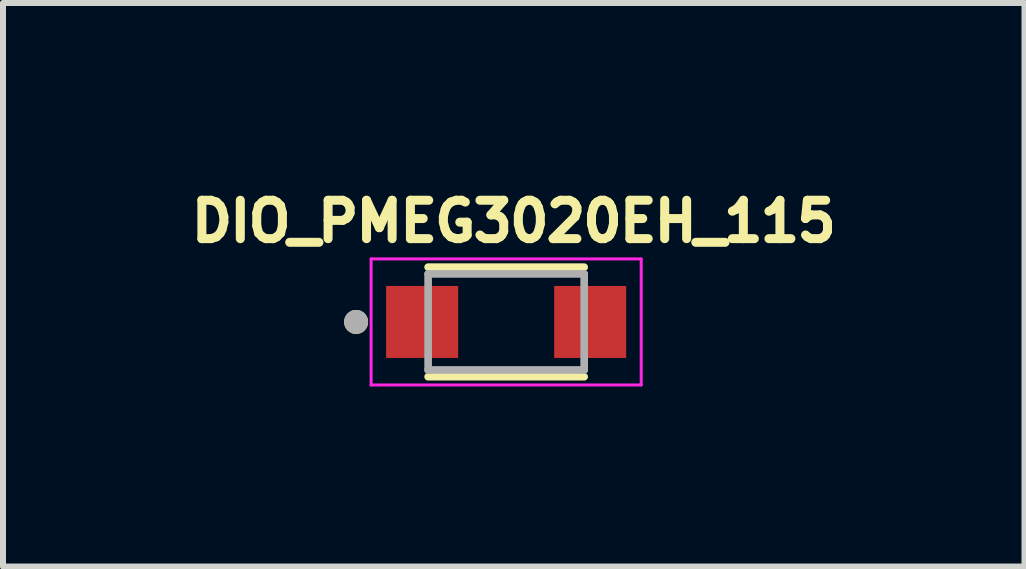
<source format=kicad_pcb>
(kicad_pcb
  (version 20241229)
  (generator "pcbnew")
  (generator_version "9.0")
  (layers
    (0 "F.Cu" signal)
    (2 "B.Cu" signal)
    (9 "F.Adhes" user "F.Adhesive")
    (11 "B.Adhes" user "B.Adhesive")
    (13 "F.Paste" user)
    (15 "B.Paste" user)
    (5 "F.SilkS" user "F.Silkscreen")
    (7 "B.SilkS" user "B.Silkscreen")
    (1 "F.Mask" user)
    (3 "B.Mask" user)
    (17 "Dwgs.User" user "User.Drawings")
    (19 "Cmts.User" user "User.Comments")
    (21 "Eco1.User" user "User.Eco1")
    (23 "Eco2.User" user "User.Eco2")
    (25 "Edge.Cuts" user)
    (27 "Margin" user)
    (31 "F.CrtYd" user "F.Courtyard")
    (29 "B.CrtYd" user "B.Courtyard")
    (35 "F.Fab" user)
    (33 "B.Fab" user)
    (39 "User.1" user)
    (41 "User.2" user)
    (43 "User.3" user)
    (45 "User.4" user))
  (footprint "DIO_PMEG3020EH_115"
    (layer "F.Cu")
    (at 5.383 2.314)
    (property "Reference" "DIO_PMEG3020EH_115" (at 0.127 -1.676 0) (layer "F.SilkS") (effects (font (size 0.64 0.64) (thickness 0.15))))
    (attr smd)
    (fp_poly (pts (xy -2 -0.6) (xy -0.8 -0.6) (xy -0.8 0.6) (xy -2 0.6)) (stroke (width 0.01) (type solid)) (fill yes) (layer "F.Mask"))
    (fp_poly (pts (xy 0.8 -0.6) (xy 2 -0.6) (xy 2 0.6) (xy 0.8 0.6)) (stroke (width 0.01) (type solid)) (fill yes) (layer "F.Mask"))
    (fp_line (start -1.3 -0.913) (end 1.3 -0.913) (stroke (width 0.127) (type solid)) (layer "F.SilkS"))
    (fp_line (start 1.3 0.913) (end -1.3 0.913) (stroke (width 0.127) (type solid)) (layer "F.SilkS"))
    (fp_circle (center -2.5 0) (end -2.4 0) (stroke (width 0.2) (type solid)) (fill no) (layer "F.SilkS"))
    (fp_poly (pts (xy -1.95 -0.55) (xy -0.85 -0.55) (xy -0.85 0.55) (xy -1.95 0.55)) (stroke (width 0.01) (type solid)) (fill yes) (layer "F.Paste"))
    (fp_poly (pts (xy 0.85 -0.55) (xy 1.95 -0.55) (xy 1.95 0.55) (xy 0.85 0.55)) (stroke (width 0.01) (type solid)) (fill yes) (layer "F.Paste"))
    (fp_line (start -2.25 -1.05) (end 2.25 -1.05) (stroke (width 0.05) (type solid)) (layer "F.CrtYd"))
    (fp_line (start -2.25 1.05) (end -2.25 -1.05) (stroke (width 0.05) (type solid)) (layer "F.CrtYd"))
    (fp_line (start 2.25 -1.05) (end 2.25 1.05) (stroke (width 0.05) (type solid)) (layer "F.CrtYd"))
    (fp_line (start 2.25 1.05) (end -2.25 1.05) (stroke (width 0.05) (type solid)) (layer "F.CrtYd"))
    (fp_line (start -1.3 -0.8) (end 1.3 -0.8) (stroke (width 0.127) (type solid)) (layer "F.Fab"))
    (fp_line (start -1.3 0.8) (end -1.3 -0.8) (stroke (width 0.127) (type solid)) (layer "F.Fab"))
    (fp_line (start 1.3 -0.8) (end 1.3 0.8) (stroke (width 0.127) (type solid)) (layer "F.Fab"))
    (fp_line (start 1.3 0.8) (end -1.3 0.8) (stroke (width 0.127) (type solid)) (layer "F.Fab"))
    (fp_circle (center -2.5 0) (end -2.4 0) (stroke (width 0.2) (type solid)) (fill no) (layer "F.Fab"))
    (pad "1" smd rect (at -1.4 0) (size 1.2 1.2) (layers "F.Cu"))
    (pad "2" smd rect (at 1.4 0) (size 1.2 1.2) (layers "F.Cu")))
  (gr_rect
    (start -3 -3)
    (end 14.019 6.389)
    (stroke (width 0.1) (type default))
    (fill no)
    (layer "Edge.Cuts")))
</source>
